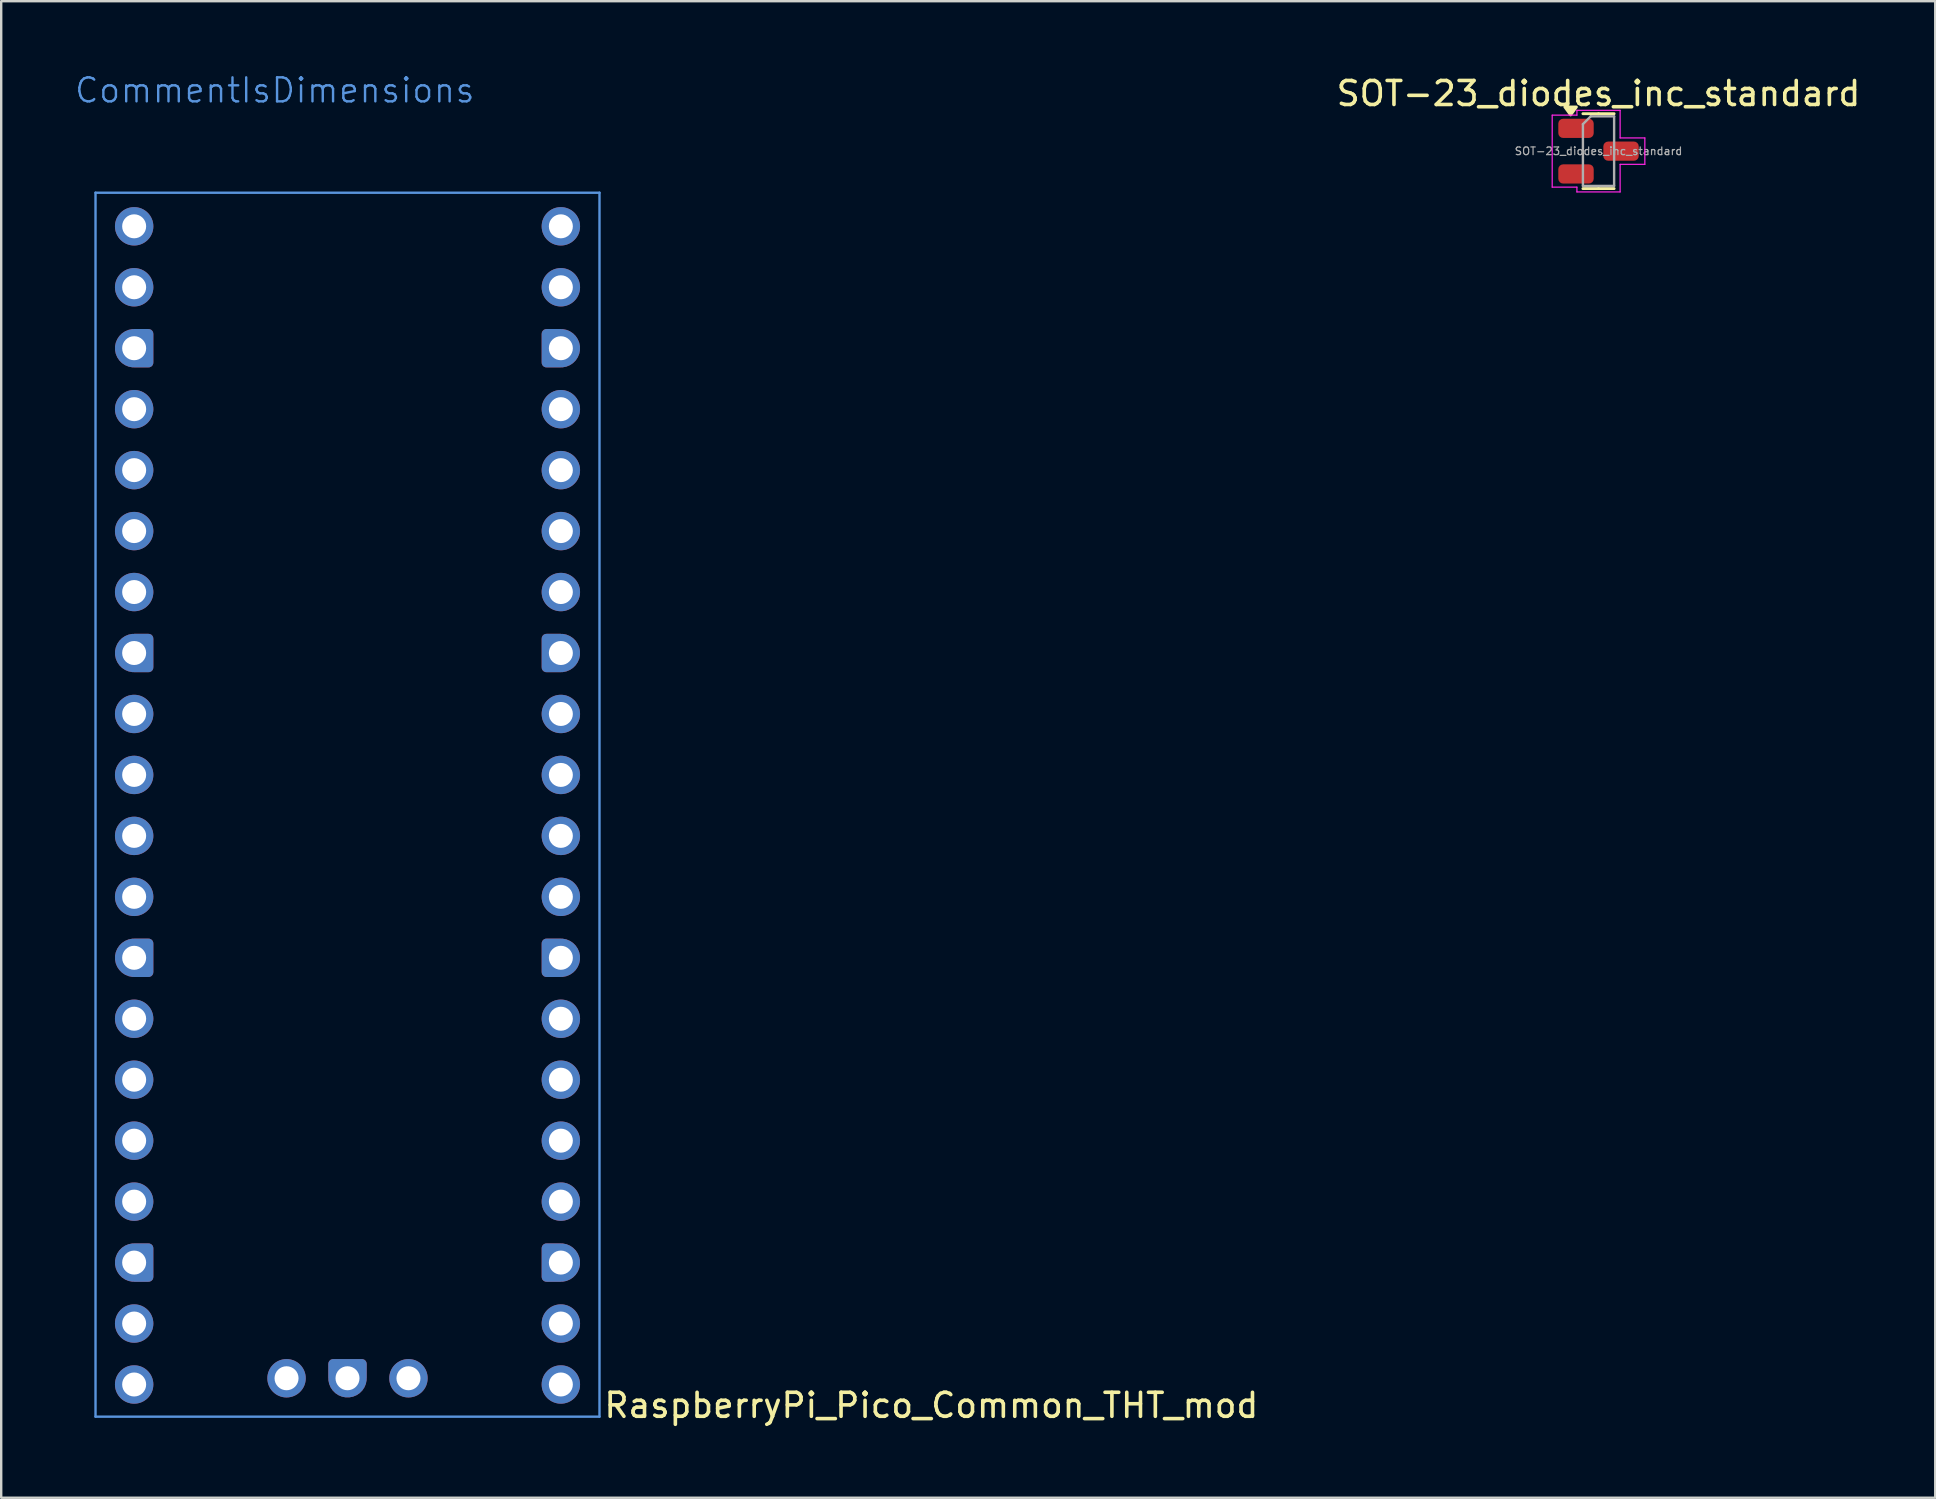
<source format=kicad_pcb>
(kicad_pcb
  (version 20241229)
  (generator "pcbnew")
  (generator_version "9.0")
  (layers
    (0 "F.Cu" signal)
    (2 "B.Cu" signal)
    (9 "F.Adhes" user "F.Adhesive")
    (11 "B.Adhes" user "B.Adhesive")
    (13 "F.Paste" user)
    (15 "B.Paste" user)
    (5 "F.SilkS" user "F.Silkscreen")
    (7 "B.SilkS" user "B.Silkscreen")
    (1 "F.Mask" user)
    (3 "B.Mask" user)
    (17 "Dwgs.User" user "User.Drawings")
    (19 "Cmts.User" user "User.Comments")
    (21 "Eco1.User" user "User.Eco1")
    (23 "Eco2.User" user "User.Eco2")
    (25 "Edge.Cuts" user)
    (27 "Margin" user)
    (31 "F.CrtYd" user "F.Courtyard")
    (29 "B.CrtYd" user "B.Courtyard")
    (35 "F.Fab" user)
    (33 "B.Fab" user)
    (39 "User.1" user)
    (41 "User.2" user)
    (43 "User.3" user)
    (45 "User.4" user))
  (footprint "SOT-23_diodes_inc_standard"
    (layer "F.Cu")
    (at 63.558 3.248)
    (property "Reference" "SOT-23_diodes_inc_standard" (at 0 -2.4 0) (layer "F.SilkS") (effects (font (size 1 1) (thickness 0.15))))
    (attr smd)
    (fp_line (start 0 -1.56) (end -0.65 -1.56) (stroke (width 0.12) (type solid)) (layer "F.SilkS"))
    (fp_line (start 0 -1.56) (end 0.65 -1.56) (stroke (width 0.12) (type solid)) (layer "F.SilkS"))
    (fp_line (start 0 1.56) (end -0.65 1.56) (stroke (width 0.12) (type solid)) (layer "F.SilkS"))
    (fp_line (start 0 1.56) (end 0.65 1.56) (stroke (width 0.12) (type solid)) (layer "F.SilkS"))
    (fp_poly (pts (xy -1.163 -1.51) (xy -1.403 -1.84) (xy -0.922 -1.84)) (stroke (width 0.12) (type solid)) (fill yes) (layer "F.SilkS"))
    (fp_line (start -1.93 -1.5) (end -0.9 -1.5) (stroke (width 0.05) (type solid)) (layer "F.CrtYd"))
    (fp_line (start -1.93 1.5) (end -1.93 -1.5) (stroke (width 0.05) (type solid)) (layer "F.CrtYd"))
    (fp_line (start -0.9 -1.7) (end 0.9 -1.7) (stroke (width 0.05) (type solid)) (layer "F.CrtYd"))
    (fp_line (start -0.9 -1.5) (end -0.9 -1.7) (stroke (width 0.05) (type solid)) (layer "F.CrtYd"))
    (fp_line (start -0.9 1.5) (end -1.93 1.5) (stroke (width 0.05) (type solid)) (layer "F.CrtYd"))
    (fp_line (start -0.9 1.7) (end -0.9 1.5) (stroke (width 0.05) (type solid)) (layer "F.CrtYd"))
    (fp_line (start 0.9 -1.7) (end 0.9 -0.55) (stroke (width 0.05) (type solid)) (layer "F.CrtYd"))
    (fp_line (start 0.9 -0.55) (end 1.93 -0.55) (stroke (width 0.05) (type solid)) (layer "F.CrtYd"))
    (fp_line (start 0.9 0.55) (end 0.9 1.7) (stroke (width 0.05) (type solid)) (layer "F.CrtYd"))
    (fp_line (start 0.9 1.7) (end -0.9 1.7) (stroke (width 0.05) (type solid)) (layer "F.CrtYd"))
    (fp_line (start 1.93 -0.55) (end 1.93 0.55) (stroke (width 0.05) (type solid)) (layer "F.CrtYd"))
    (fp_line (start 1.93 0.55) (end 0.9 0.55) (stroke (width 0.05) (type solid)) (layer "F.CrtYd"))
    (fp_line (start -0.65 -1.125) (end -0.325 -1.45) (stroke (width 0.1) (type solid)) (layer "F.Fab"))
    (fp_line (start -0.65 1.45) (end -0.65 -1.125) (stroke (width 0.1) (type solid)) (layer "F.Fab"))
    (fp_line (start -0.325 -1.45) (end 0.65 -1.45) (stroke (width 0.1) (type solid)) (layer "F.Fab"))
    (fp_line (start 0.65 -1.45) (end 0.65 1.45) (stroke (width 0.1) (type solid)) (layer "F.Fab"))
    (fp_line (start 0.65 1.45) (end -0.65 1.45) (stroke (width 0.1) (type solid)) (layer "F.Fab"))
    (fp_text user "${REFERENCE}" (at 0 0 0) (layer "F.Fab") (effects (font (size 0.32 0.32) (thickness 0.05))))
    (pad "1" smd roundrect (at -0.938 -0.95) (size 1.475 0.8) (layers "F.Cu" "F.Mask" "F.Paste") (roundrect_rratio 0.25))
    (pad "2" smd roundrect (at -0.938 0.95) (size 1.475 0.8) (layers "F.Cu" "F.Mask" "F.Paste") (roundrect_rratio 0.25))
    (pad "3" smd roundrect (at 0.938 0) (size 1.475 0.8) (layers "F.Cu" "F.Mask" "F.Paste") (roundrect_rratio 0.25)))
  (footprint "RaspberryPi_Pico_Common_THT_mod"
    (layer "F.Cu")
    (at 2.54 6.38)
    (property "Reference" "RaspberryPi_Pico_Common_THT_mod" (at 19.5 49.13 0) (unlocked yes) (layer "F.SilkS") (effects (font (size 1 1) (thickness 0.15)) (justify left)))
    (attr through_hole)
    (fp_line (start -1.61 -1.4) (end -1.61 49.6) (stroke (width 0.1) (type solid)) (layer "Cmts.User"))
    (fp_line (start -1.61 -1.4) (end 19.39 -1.4) (stroke (width 0.1) (type solid)) (layer "Cmts.User"))
    (fp_line (start -1.61 49.6) (end 19.39 49.6) (stroke (width 0.1) (type solid)) (layer "Cmts.User"))
    (fp_line (start 19.39 -1.4) (end 19.39 49.6) (stroke (width 0.1) (type solid)) (layer "Cmts.User"))
    (fp_text user "CommentIsDimensions" (at -2.54 -5.08 0) (unlocked yes) (layer "Cmts.User") (effects (font (size 1 1) (thickness 0.1)) (justify left bottom)))
    (pad "1" thru_hole circle (at 0 0) (size 1.6 1.6) (drill 1) (layers "*.Cu" "*.Mask"))
    (pad "2" thru_hole circle (at 0 2.54) (size 1.6 1.6) (drill 1) (layers "*.Cu" "*.Mask"))
    (pad "3" thru_hole custom (at 0 5.08) (size 1.6 1.6) (drill 1) (layers "*.Cu" "*.Mask") (options (anchor circle)) (primitives (gr_poly (pts (xy 0.8 0.6) (xy 0.8 -0.6) (xy 0.6 -0.8) (xy 0 -0.8) (xy 0 0.8) (xy 0.6 0.8)) (width 0) (fill yes)) (gr_circle (center 0.6 0.6) (end 0.8 0.6) (width 0) (fill yes)) (gr_circle (center 0.6 -0.6) (end 0.8 -0.6) (width 0) (fill yes))))
    (pad "4" thru_hole circle (at 0 7.62) (size 1.6 1.6) (drill 1) (layers "*.Cu" "*.Mask"))
    (pad "5" thru_hole circle (at 0 10.16) (size 1.6 1.6) (drill 1) (layers "*.Cu" "*.Mask"))
    (pad "6" thru_hole circle (at 0 12.7) (size 1.6 1.6) (drill 1) (layers "*.Cu" "*.Mask"))
    (pad "7" thru_hole circle (at 0 15.24) (size 1.6 1.6) (drill 1) (layers "*.Cu" "*.Mask"))
    (pad "8" thru_hole custom (at 0 17.78) (size 1.6 1.6) (drill 1) (layers "*.Cu" "*.Mask") (options (anchor circle)) (primitives (gr_poly (pts (xy 0.8 0.6) (xy 0.8 -0.6) (xy 0.6 -0.8) (xy 0 -0.8) (xy 0 0.8) (xy 0.6 0.8)) (width 0) (fill yes)) (gr_circle (center 0.6 0.6) (end 0.8 0.6) (width 0) (fill yes)) (gr_circle (center 0.6 -0.6) (end 0.8 -0.6) (width 0) (fill yes))))
    (pad "9" thru_hole circle (at 0 20.32) (size 1.6 1.6) (drill 1) (layers "*.Cu" "*.Mask"))
    (pad "10" thru_hole circle (at 0 22.86) (size 1.6 1.6) (drill 1) (layers "*.Cu" "*.Mask"))
    (pad "11" thru_hole circle (at 0 25.4) (size 1.6 1.6) (drill 1) (layers "*.Cu" "*.Mask"))
    (pad "12" thru_hole circle (at 0 27.94) (size 1.6 1.6) (drill 1) (layers "*.Cu" "*.Mask"))
    (pad "13" thru_hole custom (at 0 30.48) (size 1.6 1.6) (drill 1) (layers "*.Cu" "*.Mask") (options (anchor circle)) (primitives (gr_poly (pts (xy 0.8 0.6) (xy 0.8 -0.6) (xy 0.6 -0.8) (xy 0 -0.8) (xy 0 0.8) (xy 0.6 0.8)) (width 0) (fill yes)) (gr_circle (center 0.6 0.6) (end 0.8 0.6) (width 0) (fill yes)) (gr_circle (center 0.6 -0.6) (end 0.8 -0.6) (width 0) (fill yes))))
    (pad "14" thru_hole circle (at 0 33.02) (size 1.6 1.6) (drill 1) (layers "*.Cu" "*.Mask"))
    (pad "15" thru_hole circle (at 0 35.56) (size 1.6 1.6) (drill 1) (layers "*.Cu" "*.Mask"))
    (pad "16" thru_hole circle (at 0 38.1) (size 1.6 1.6) (drill 1) (layers "*.Cu" "*.Mask"))
    (pad "17" thru_hole circle (at 0 40.64) (size 1.6 1.6) (drill 1) (layers "*.Cu" "*.Mask"))
    (pad "18" thru_hole custom (at 0 43.18) (size 1.6 1.6) (drill 1) (layers "*.Cu" "*.Mask") (options (anchor circle)) (primitives (gr_poly (pts (xy 0.8 0.6) (xy 0.8 -0.6) (xy 0.6 -0.8) (xy 0 -0.8) (xy 0 0.8) (xy 0.6 0.8)) (width 0) (fill yes)) (gr_circle (center 0.6 0.6) (end 0.8 0.6) (width 0) (fill yes)) (gr_circle (center 0.6 -0.6) (end 0.8 -0.6) (width 0) (fill yes))))
    (pad "19" thru_hole circle (at 0 45.72) (size 1.6 1.6) (drill 1) (layers "*.Cu" "*.Mask"))
    (pad "20" thru_hole circle (at 0 48.26) (size 1.6 1.6) (drill 1) (layers "*.Cu" "*.Mask"))
    (pad "21" thru_hole circle (at 17.78 48.26) (size 1.6 1.6) (drill 1) (layers "*.Cu" "*.Mask"))
    (pad "22" thru_hole circle (at 17.78 45.72) (size 1.6 1.6) (drill 1) (layers "*.Cu" "*.Mask"))
    (pad "23" thru_hole custom (at 17.78 43.18) (size 1.6 1.6) (drill 1) (layers "*.Cu" "*.Mask") (options (anchor circle)) (primitives (gr_poly (pts (xy -0.8 0.6) (xy -0.8 -0.6) (xy -0.6 -0.8) (xy 0 -0.8) (xy 0 0.8) (xy -0.6 0.8)) (width 0) (fill yes)) (gr_circle (center -0.6 0.6) (end -0.4 0.6) (width 0) (fill yes)) (gr_circle (center -0.6 -0.6) (end -0.4 -0.6) (width 0) (fill yes))))
    (pad "24" thru_hole circle (at 17.78 40.64) (size 1.6 1.6) (drill 1) (layers "*.Cu" "*.Mask"))
    (pad "25" thru_hole circle (at 17.78 38.1) (size 1.6 1.6) (drill 1) (layers "*.Cu" "*.Mask"))
    (pad "26" thru_hole circle (at 17.78 35.56) (size 1.6 1.6) (drill 1) (layers "*.Cu" "*.Mask"))
    (pad "27" thru_hole circle (at 17.78 33.02) (size 1.6 1.6) (drill 1) (layers "*.Cu" "*.Mask"))
    (pad "28" thru_hole custom (at 17.78 30.48) (size 1.6 1.6) (drill 1) (layers "*.Cu" "*.Mask") (options (anchor circle)) (primitives (gr_poly (pts (xy -0.8 0.6) (xy -0.8 -0.6) (xy -0.6 -0.8) (xy 0 -0.8) (xy 0 0.8) (xy -0.6 0.8)) (width 0) (fill yes)) (gr_circle (center -0.6 0.6) (end -0.4 0.6) (width 0) (fill yes)) (gr_circle (center -0.6 -0.6) (end -0.4 -0.6) (width 0) (fill yes))))
    (pad "29" thru_hole circle (at 17.78 27.94) (size 1.6 1.6) (drill 1) (layers "*.Cu" "*.Mask"))
    (pad "30" thru_hole circle (at 17.78 25.4) (size 1.6 1.6) (drill 1) (layers "*.Cu" "*.Mask"))
    (pad "31" thru_hole circle (at 17.78 22.86) (size 1.6 1.6) (drill 1) (layers "*.Cu" "*.Mask"))
    (pad "32" thru_hole circle (at 17.78 20.32) (size 1.6 1.6) (drill 1) (layers "*.Cu" "*.Mask"))
    (pad "33" thru_hole custom (at 17.78 17.78) (size 1.6 1.6) (drill 1) (layers "*.Cu" "*.Mask") (options (anchor circle)) (primitives (gr_poly (pts (xy -0.8 0.6) (xy -0.8 -0.6) (xy -0.6 -0.8) (xy 0 -0.8) (xy 0 0.8) (xy -0.6 0.8)) (width 0) (fill yes)) (gr_circle (center -0.6 0.6) (end -0.4 0.6) (width 0) (fill yes)) (gr_circle (center -0.6 -0.6) (end -0.4 -0.6) (width 0) (fill yes))))
    (pad "34" thru_hole circle (at 17.78 15.24) (size 1.6 1.6) (drill 1) (layers "*.Cu" "*.Mask"))
    (pad "35" thru_hole circle (at 17.78 12.7) (size 1.6 1.6) (drill 1) (layers "*.Cu" "*.Mask"))
    (pad "36" thru_hole circle (at 17.78 10.16) (size 1.6 1.6) (drill 1) (layers "*.Cu" "*.Mask"))
    (pad "37" thru_hole circle (at 17.78 7.62) (size 1.6 1.6) (drill 1) (layers "*.Cu" "*.Mask"))
    (pad "38" thru_hole custom (at 17.78 5.08) (size 1.6 1.6) (drill 1) (layers "*.Cu" "*.Mask") (options (anchor circle)) (primitives (gr_poly (pts (xy -0.8 0.6) (xy -0.8 -0.6) (xy -0.6 -0.8) (xy 0 -0.8) (xy 0 0.8) (xy -0.6 0.8)) (width 0) (fill yes)) (gr_circle (center -0.6 0.6) (end -0.4 0.6) (width 0) (fill yes)) (gr_circle (center -0.6 -0.6) (end -0.4 -0.6) (width 0) (fill yes))))
    (pad "39" thru_hole circle (at 17.78 2.54) (size 1.6 1.6) (drill 1) (layers "*.Cu" "*.Mask"))
    (pad "40" thru_hole circle (at 17.78 0) (size 1.6 1.6) (drill 1) (layers "*.Cu" "*.Mask"))
    (pad "dbg_gnd" thru_hole custom (at 8.89 48 270) (size 1.6 1.6) (drill 1) (layers "*.Cu" "*.Mask") (options (anchor circle)) (primitives (gr_poly (pts (xy -0.8 0.6) (xy -0.8 -0.6) (xy -0.6 -0.8) (xy 0 -0.8) (xy 0 0.8) (xy -0.6 0.8)) (width 0) (fill yes)) (gr_circle (center -0.6 0.6) (end -0.4 0.6) (width 0) (fill yes)) (gr_circle (center -0.6 -0.6) (end -0.4 -0.6) (width 0) (fill yes))))
    (pad "swclk" thru_hole circle (at 6.35 48) (size 1.6 1.6) (drill 1) (layers "*.Cu" "*.Mask"))
    (pad "swdio" thru_hole circle (at 11.43 48) (size 1.6 1.6) (drill 1) (layers "*.Cu" "*.Mask")))
  (gr_rect
    (start -3 -3)
    (end 77.588 59.358)
    (stroke (width 0.1) (type default))
    (fill no)
    (layer "Edge.Cuts")))
</source>
